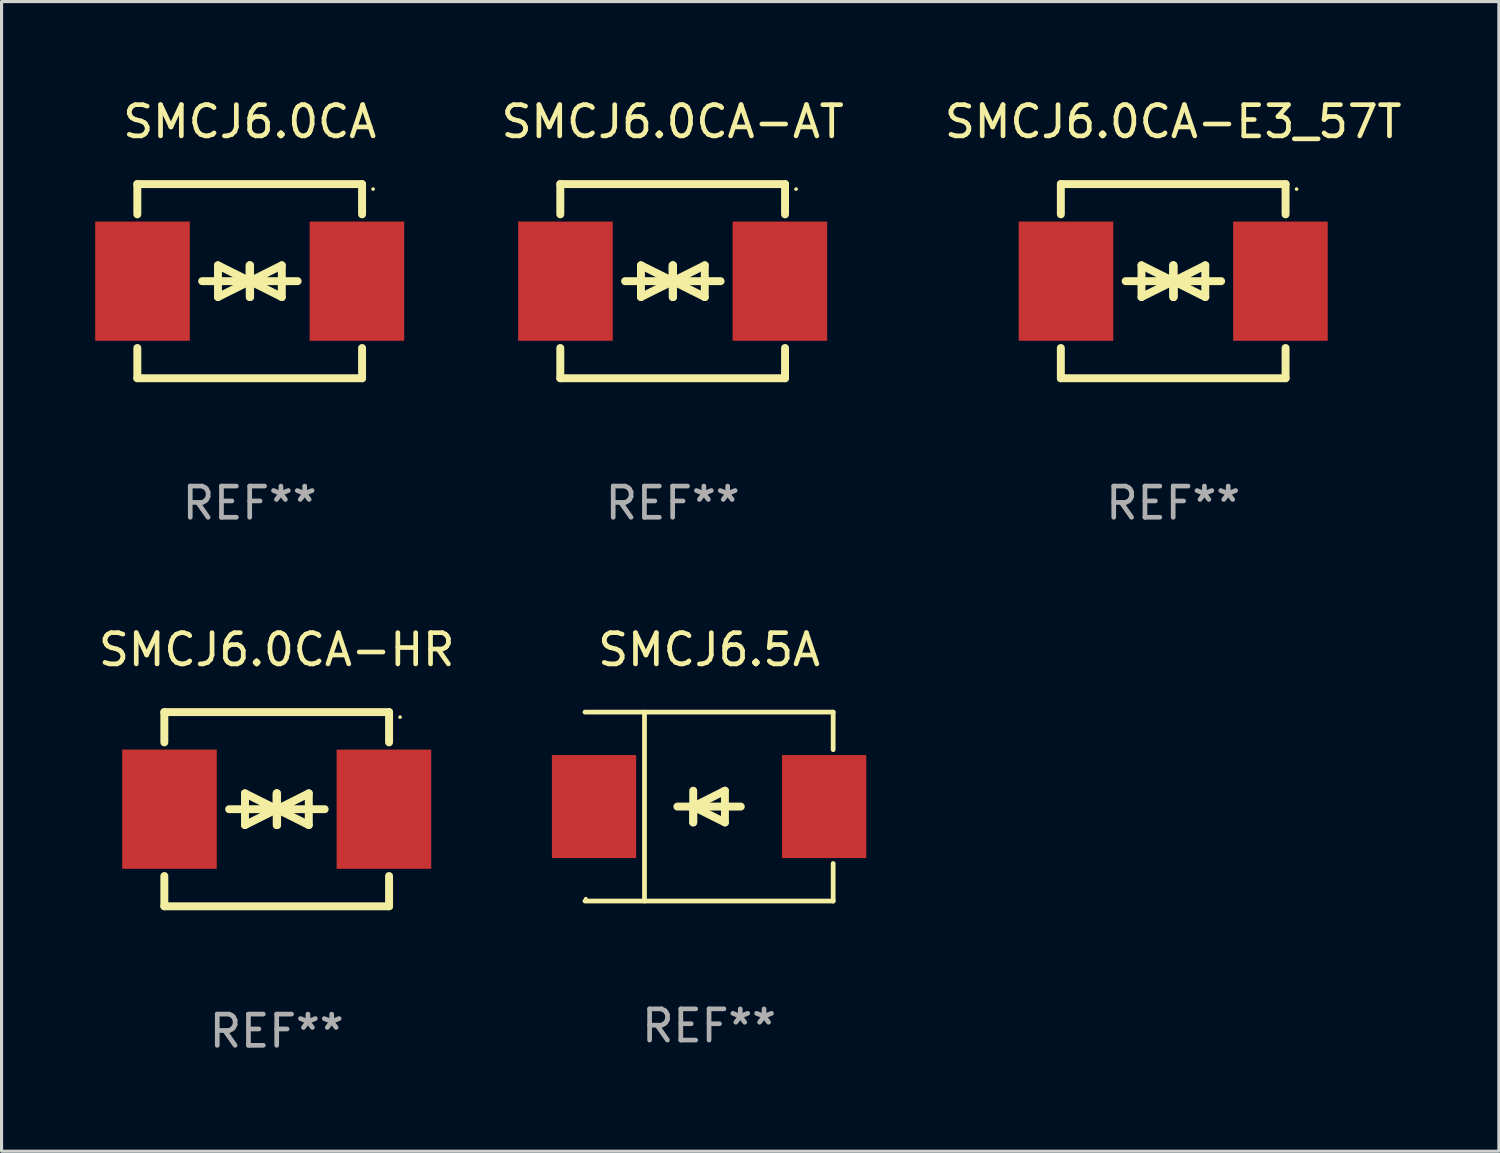
<source format=kicad_pcb>
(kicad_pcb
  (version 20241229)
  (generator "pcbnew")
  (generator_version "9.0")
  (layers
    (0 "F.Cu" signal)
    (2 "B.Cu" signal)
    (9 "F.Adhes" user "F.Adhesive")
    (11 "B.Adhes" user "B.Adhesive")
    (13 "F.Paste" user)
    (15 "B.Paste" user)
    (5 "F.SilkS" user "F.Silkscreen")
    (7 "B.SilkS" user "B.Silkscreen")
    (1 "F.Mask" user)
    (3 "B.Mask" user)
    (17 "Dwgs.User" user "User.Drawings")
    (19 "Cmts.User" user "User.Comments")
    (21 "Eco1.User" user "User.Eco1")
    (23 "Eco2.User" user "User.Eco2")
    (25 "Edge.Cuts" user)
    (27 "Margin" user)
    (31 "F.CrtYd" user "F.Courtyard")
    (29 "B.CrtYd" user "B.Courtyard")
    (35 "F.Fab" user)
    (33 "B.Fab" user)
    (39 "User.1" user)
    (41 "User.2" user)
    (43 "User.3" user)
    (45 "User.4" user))
  (footprint "SMCJ6.0CA-HR"
    (layer "F.Cu")
    (at 5.815 22.875)
    (property "Reference" "SMCJ6.0CA-HR" (at 0 -5.11 0) (layer "F.SilkS") (effects (font (size 1 1) (thickness 0.15))))
    (attr through_hole)
    (fp_line (start -3.6 -2.141) (end -3.6 -3.11) (stroke (width 0.254) (type solid)) (layer "F.SilkS"))
    (fp_line (start -3.6 3.11) (end -3.6 2.141) (stroke (width 0.254) (type solid)) (layer "F.SilkS"))
    (fp_line (start -1.524 0) (end 0.508 0) (stroke (width 0.254) (type solid)) (layer "F.SilkS"))
    (fp_line (start -1.016 -0.508) (end -1.016 0.508) (stroke (width 0.254) (type solid)) (layer "F.SilkS"))
    (fp_line (start -1.016 0.508) (end 0 0) (stroke (width 0.254) (type solid)) (layer "F.SilkS"))
    (fp_line (start 0 -0.508) (end 0 0.508) (stroke (width 0.254) (type solid)) (layer "F.SilkS"))
    (fp_line (start 0 0) (end -1.016 -0.508) (stroke (width 0.254) (type solid)) (layer "F.SilkS"))
    (fp_line (start 0 0) (end 0 -0.508) (stroke (width 0.254) (type solid)) (layer "F.SilkS"))
    (fp_line (start 0.012 0) (end 0.012 0.508) (stroke (width 0.254) (type solid)) (layer "F.SilkS"))
    (fp_line (start 0.012 0) (end 1.028 0.508) (stroke (width 0.254) (type solid)) (layer "F.SilkS"))
    (fp_line (start 0.012 0.508) (end 0.012 -0.508) (stroke (width 0.254) (type solid)) (layer "F.SilkS"))
    (fp_line (start 1.028 -0.508) (end 0.012 0) (stroke (width 0.254) (type solid)) (layer "F.SilkS"))
    (fp_line (start 1.028 0.508) (end 1.028 -0.508) (stroke (width 0.254) (type solid)) (layer "F.SilkS"))
    (fp_line (start 1.536 0) (end -0.496 0) (stroke (width 0.254) (type solid)) (layer "F.SilkS"))
    (fp_line (start 3.6 -3.11) (end -3.6 -3.11) (stroke (width 0.254) (type solid)) (layer "F.SilkS"))
    (fp_line (start 3.6 -2.141) (end 3.6 -3.11) (stroke (width 0.254) (type solid)) (layer "F.SilkS"))
    (fp_line (start 3.6 3.11) (end -3.6 3.11) (stroke (width 0.254) (type solid)) (layer "F.SilkS"))
    (fp_line (start 3.6 3.11) (end 3.6 2.141) (stroke (width 0.254) (type solid)) (layer "F.SilkS"))
    (fp_circle (center 3.952 -2.95) (end 3.982 -2.95) (stroke (width 0.06) (type solid)) (fill no) (layer "F.SilkS"))
    (fp_text user "REF**" (at 0 7.11 0) (layer "F.Fab") (effects (font (size 1 1) (thickness 0.15))))
    (pad "1" smd rect (at 3.435 0) (size 3.03 3.82) (layers "F.Cu" "F.Mask" "F.Paste"))
    (pad "2" smd rect (at -3.435 0) (size 3.03 3.82) (layers "F.Cu" "F.Mask" "F.Paste")))
  (footprint "SMCJ6.0CA"
    (layer "F.Cu")
    (at 4.95 5.958)
    (property "Reference" "SMCJ6.0CA" (at 0 -5.11 0) (layer "F.SilkS") (effects (font (size 1 1) (thickness 0.15))))
    (attr through_hole)
    (fp_line (start -3.6 -2.141) (end -3.6 -3.11) (stroke (width 0.254) (type solid)) (layer "F.SilkS"))
    (fp_line (start -3.6 3.11) (end -3.6 2.141) (stroke (width 0.254) (type solid)) (layer "F.SilkS"))
    (fp_line (start -1.524 0) (end 0.508 0) (stroke (width 0.254) (type solid)) (layer "F.SilkS"))
    (fp_line (start -1.016 -0.508) (end -1.016 0.508) (stroke (width 0.254) (type solid)) (layer "F.SilkS"))
    (fp_line (start -1.016 0.508) (end 0 0) (stroke (width 0.254) (type solid)) (layer "F.SilkS"))
    (fp_line (start 0 -0.508) (end 0 0.508) (stroke (width 0.254) (type solid)) (layer "F.SilkS"))
    (fp_line (start 0 0) (end -1.016 -0.508) (stroke (width 0.254) (type solid)) (layer "F.SilkS"))
    (fp_line (start 0 0) (end 0 -0.508) (stroke (width 0.254) (type solid)) (layer "F.SilkS"))
    (fp_line (start 0.012 0) (end 0.012 0.508) (stroke (width 0.254) (type solid)) (layer "F.SilkS"))
    (fp_line (start 0.012 0) (end 1.028 0.508) (stroke (width 0.254) (type solid)) (layer "F.SilkS"))
    (fp_line (start 0.012 0.508) (end 0.012 -0.508) (stroke (width 0.254) (type solid)) (layer "F.SilkS"))
    (fp_line (start 1.028 -0.508) (end 0.012 0) (stroke (width 0.254) (type solid)) (layer "F.SilkS"))
    (fp_line (start 1.028 0.508) (end 1.028 -0.508) (stroke (width 0.254) (type solid)) (layer "F.SilkS"))
    (fp_line (start 1.536 0) (end -0.496 0) (stroke (width 0.254) (type solid)) (layer "F.SilkS"))
    (fp_line (start 3.6 -3.11) (end -3.6 -3.11) (stroke (width 0.254) (type solid)) (layer "F.SilkS"))
    (fp_line (start 3.6 -2.141) (end 3.6 -3.11) (stroke (width 0.254) (type solid)) (layer "F.SilkS"))
    (fp_line (start 3.6 3.11) (end -3.6 3.11) (stroke (width 0.254) (type solid)) (layer "F.SilkS"))
    (fp_line (start 3.6 3.11) (end 3.6 2.141) (stroke (width 0.254) (type solid)) (layer "F.SilkS"))
    (fp_circle (center 3.952 -2.95) (end 3.982 -2.95) (stroke (width 0.06) (type solid)) (fill no) (layer "F.SilkS"))
    (fp_text user "REF**" (at 0 7.11 0) (layer "F.Fab") (effects (font (size 1 1) (thickness 0.15))))
    (pad "1" smd rect (at 3.435 0) (size 3.03 3.82) (layers "F.Cu" "F.Mask" "F.Paste"))
    (pad "2" smd rect (at -3.435 0) (size 3.03 3.82) (layers "F.Cu" "F.Mask" "F.Paste")))
  (footprint "SMCJ6.0CA-AT"
    (layer "F.Cu")
    (at 18.501 5.958)
    (property "Reference" "SMCJ6.0CA-AT" (at 0 -5.11 0) (layer "F.SilkS") (effects (font (size 1 1) (thickness 0.15))))
    (attr through_hole)
    (fp_line (start -3.6 -2.141) (end -3.6 -3.11) (stroke (width 0.254) (type solid)) (layer "F.SilkS"))
    (fp_line (start -3.6 3.11) (end -3.6 2.141) (stroke (width 0.254) (type solid)) (layer "F.SilkS"))
    (fp_line (start -1.524 0) (end 0.508 0) (stroke (width 0.254) (type solid)) (layer "F.SilkS"))
    (fp_line (start -1.016 -0.508) (end -1.016 0.508) (stroke (width 0.254) (type solid)) (layer "F.SilkS"))
    (fp_line (start -1.016 0.508) (end 0 0) (stroke (width 0.254) (type solid)) (layer "F.SilkS"))
    (fp_line (start 0 -0.508) (end 0 0.508) (stroke (width 0.254) (type solid)) (layer "F.SilkS"))
    (fp_line (start 0 0) (end -1.016 -0.508) (stroke (width 0.254) (type solid)) (layer "F.SilkS"))
    (fp_line (start 0 0) (end 0 -0.508) (stroke (width 0.254) (type solid)) (layer "F.SilkS"))
    (fp_line (start 0.012 0) (end 0.012 0.508) (stroke (width 0.254) (type solid)) (layer "F.SilkS"))
    (fp_line (start 0.012 0) (end 1.028 0.508) (stroke (width 0.254) (type solid)) (layer "F.SilkS"))
    (fp_line (start 0.012 0.508) (end 0.012 -0.508) (stroke (width 0.254) (type solid)) (layer "F.SilkS"))
    (fp_line (start 1.028 -0.508) (end 0.012 0) (stroke (width 0.254) (type solid)) (layer "F.SilkS"))
    (fp_line (start 1.028 0.508) (end 1.028 -0.508) (stroke (width 0.254) (type solid)) (layer "F.SilkS"))
    (fp_line (start 1.536 0) (end -0.496 0) (stroke (width 0.254) (type solid)) (layer "F.SilkS"))
    (fp_line (start 3.6 -3.11) (end -3.6 -3.11) (stroke (width 0.254) (type solid)) (layer "F.SilkS"))
    (fp_line (start 3.6 -2.141) (end 3.6 -3.11) (stroke (width 0.254) (type solid)) (layer "F.SilkS"))
    (fp_line (start 3.6 3.11) (end -3.6 3.11) (stroke (width 0.254) (type solid)) (layer "F.SilkS"))
    (fp_line (start 3.6 3.11) (end 3.6 2.141) (stroke (width 0.254) (type solid)) (layer "F.SilkS"))
    (fp_circle (center 3.952 -2.95) (end 3.982 -2.95) (stroke (width 0.06) (type solid)) (fill no) (layer "F.SilkS"))
    (fp_text user "REF**" (at 0 7.11 0) (layer "F.Fab") (effects (font (size 1 1) (thickness 0.15))))
    (pad "1" smd rect (at 3.435 0) (size 3.03 3.82) (layers "F.Cu" "F.Mask" "F.Paste"))
    (pad "2" smd rect (at -3.435 0) (size 3.03 3.82) (layers "F.Cu" "F.Mask" "F.Paste")))
  (footprint "SMCJ6.0CA-E3_57T"
    (layer "F.Cu")
    (at 34.537 5.958)
    (property "Reference" "SMCJ6.0CA-E3_57T" (at 0 -5.11 0) (layer "F.SilkS") (effects (font (size 1 1) (thickness 0.15))))
    (attr through_hole)
    (fp_line (start -3.6 -2.141) (end -3.6 -3.11) (stroke (width 0.254) (type solid)) (layer "F.SilkS"))
    (fp_line (start -3.6 3.11) (end -3.6 2.141) (stroke (width 0.254) (type solid)) (layer "F.SilkS"))
    (fp_line (start -1.524 0) (end 0.508 0) (stroke (width 0.254) (type solid)) (layer "F.SilkS"))
    (fp_line (start -1.016 -0.508) (end -1.016 0.508) (stroke (width 0.254) (type solid)) (layer "F.SilkS"))
    (fp_line (start -1.016 0.508) (end 0 0) (stroke (width 0.254) (type solid)) (layer "F.SilkS"))
    (fp_line (start 0 -0.508) (end 0 0.508) (stroke (width 0.254) (type solid)) (layer "F.SilkS"))
    (fp_line (start 0 0) (end -1.016 -0.508) (stroke (width 0.254) (type solid)) (layer "F.SilkS"))
    (fp_line (start 0 0) (end 0 -0.508) (stroke (width 0.254) (type solid)) (layer "F.SilkS"))
    (fp_line (start 0.012 0) (end 0.012 0.508) (stroke (width 0.254) (type solid)) (layer "F.SilkS"))
    (fp_line (start 0.012 0) (end 1.028 0.508) (stroke (width 0.254) (type solid)) (layer "F.SilkS"))
    (fp_line (start 0.012 0.508) (end 0.012 -0.508) (stroke (width 0.254) (type solid)) (layer "F.SilkS"))
    (fp_line (start 1.028 -0.508) (end 0.012 0) (stroke (width 0.254) (type solid)) (layer "F.SilkS"))
    (fp_line (start 1.028 0.508) (end 1.028 -0.508) (stroke (width 0.254) (type solid)) (layer "F.SilkS"))
    (fp_line (start 1.536 0) (end -0.496 0) (stroke (width 0.254) (type solid)) (layer "F.SilkS"))
    (fp_line (start 3.6 -3.11) (end -3.6 -3.11) (stroke (width 0.254) (type solid)) (layer "F.SilkS"))
    (fp_line (start 3.6 -2.141) (end 3.6 -3.11) (stroke (width 0.254) (type solid)) (layer "F.SilkS"))
    (fp_line (start 3.6 3.11) (end -3.6 3.11) (stroke (width 0.254) (type solid)) (layer "F.SilkS"))
    (fp_line (start 3.6 3.11) (end 3.6 2.141) (stroke (width 0.254) (type solid)) (layer "F.SilkS"))
    (fp_circle (center 3.952 -2.95) (end 3.982 -2.95) (stroke (width 0.06) (type solid)) (fill no) (layer "F.SilkS"))
    (fp_text user "REF**" (at 0 7.11 0) (layer "F.Fab") (effects (font (size 1 1) (thickness 0.15))))
    (pad "1" smd rect (at 3.435 0) (size 3.03 3.82) (layers "F.Cu" "F.Mask" "F.Paste"))
    (pad "2" smd rect (at -3.435 0) (size 3.03 3.82) (layers "F.Cu" "F.Mask" "F.Paste")))
  (footprint "SMCJ6.5A"
    (layer "F.Cu")
    (at 19.667 22.791)
    (property "Reference" "SMCJ6.5A" (at 0 -5.026 0) (layer "F.SilkS") (effects (font (size 1 1) (thickness 0.15))))
    (attr through_hole)
    (fp_line (start -3.976 -3.026) (end 3.976 -3.026) (stroke (width 0.152) (type solid)) (layer "F.SilkS"))
    (fp_line (start -3.976 3.026) (end 3.976 3.026) (stroke (width 0.152) (type solid)) (layer "F.SilkS"))
    (fp_line (start -2.069 -3.026) (end -2.069 3.026) (stroke (width 0.152) (type solid)) (layer "F.SilkS"))
    (fp_line (start -0.508 0) (end -0.508 0.508) (stroke (width 0.254) (type solid)) (layer "F.SilkS"))
    (fp_line (start -0.508 0) (end 0.508 0.508) (stroke (width 0.254) (type solid)) (layer "F.SilkS"))
    (fp_line (start -0.508 0.508) (end -0.508 -0.508) (stroke (width 0.254) (type solid)) (layer "F.SilkS"))
    (fp_line (start 0.508 -0.508) (end -0.508 0) (stroke (width 0.254) (type solid)) (layer "F.SilkS"))
    (fp_line (start 0.508 0.508) (end 0.508 -0.508) (stroke (width 0.254) (type solid)) (layer "F.SilkS"))
    (fp_line (start 1.016 0) (end -1.016 0) (stroke (width 0.254) (type solid)) (layer "F.SilkS"))
    (fp_line (start 3.976 -3.026) (end 3.976 -1.823) (stroke (width 0.152) (type solid)) (layer "F.SilkS"))
    (fp_line (start 3.976 3.026) (end 3.976 1.823) (stroke (width 0.152) (type solid)) (layer "F.SilkS"))
    (fp_circle (center -3.95 2.95) (end -3.92 2.95) (stroke (width 0.06) (type solid)) (fill no) (layer "F.SilkS"))
    (fp_text user "REF**" (at 0 7.026 0) (layer "F.Fab") (effects (font (size 1 1) (thickness 0.15))))
    (pad "1" smd rect (at -3.686 0) (size 2.7 3.3) (layers "F.Cu" "F.Mask" "F.Paste"))
    (pad "2" smd rect (at 3.686 0) (size 2.7 3.3) (layers "F.Cu" "F.Mask" "F.Paste")))
  (gr_rect
    (start -3 -3)
    (end 44.971 33.833)
    (stroke (width 0.1) (type default))
    (fill no)
    (layer "Edge.Cuts")))
</source>
